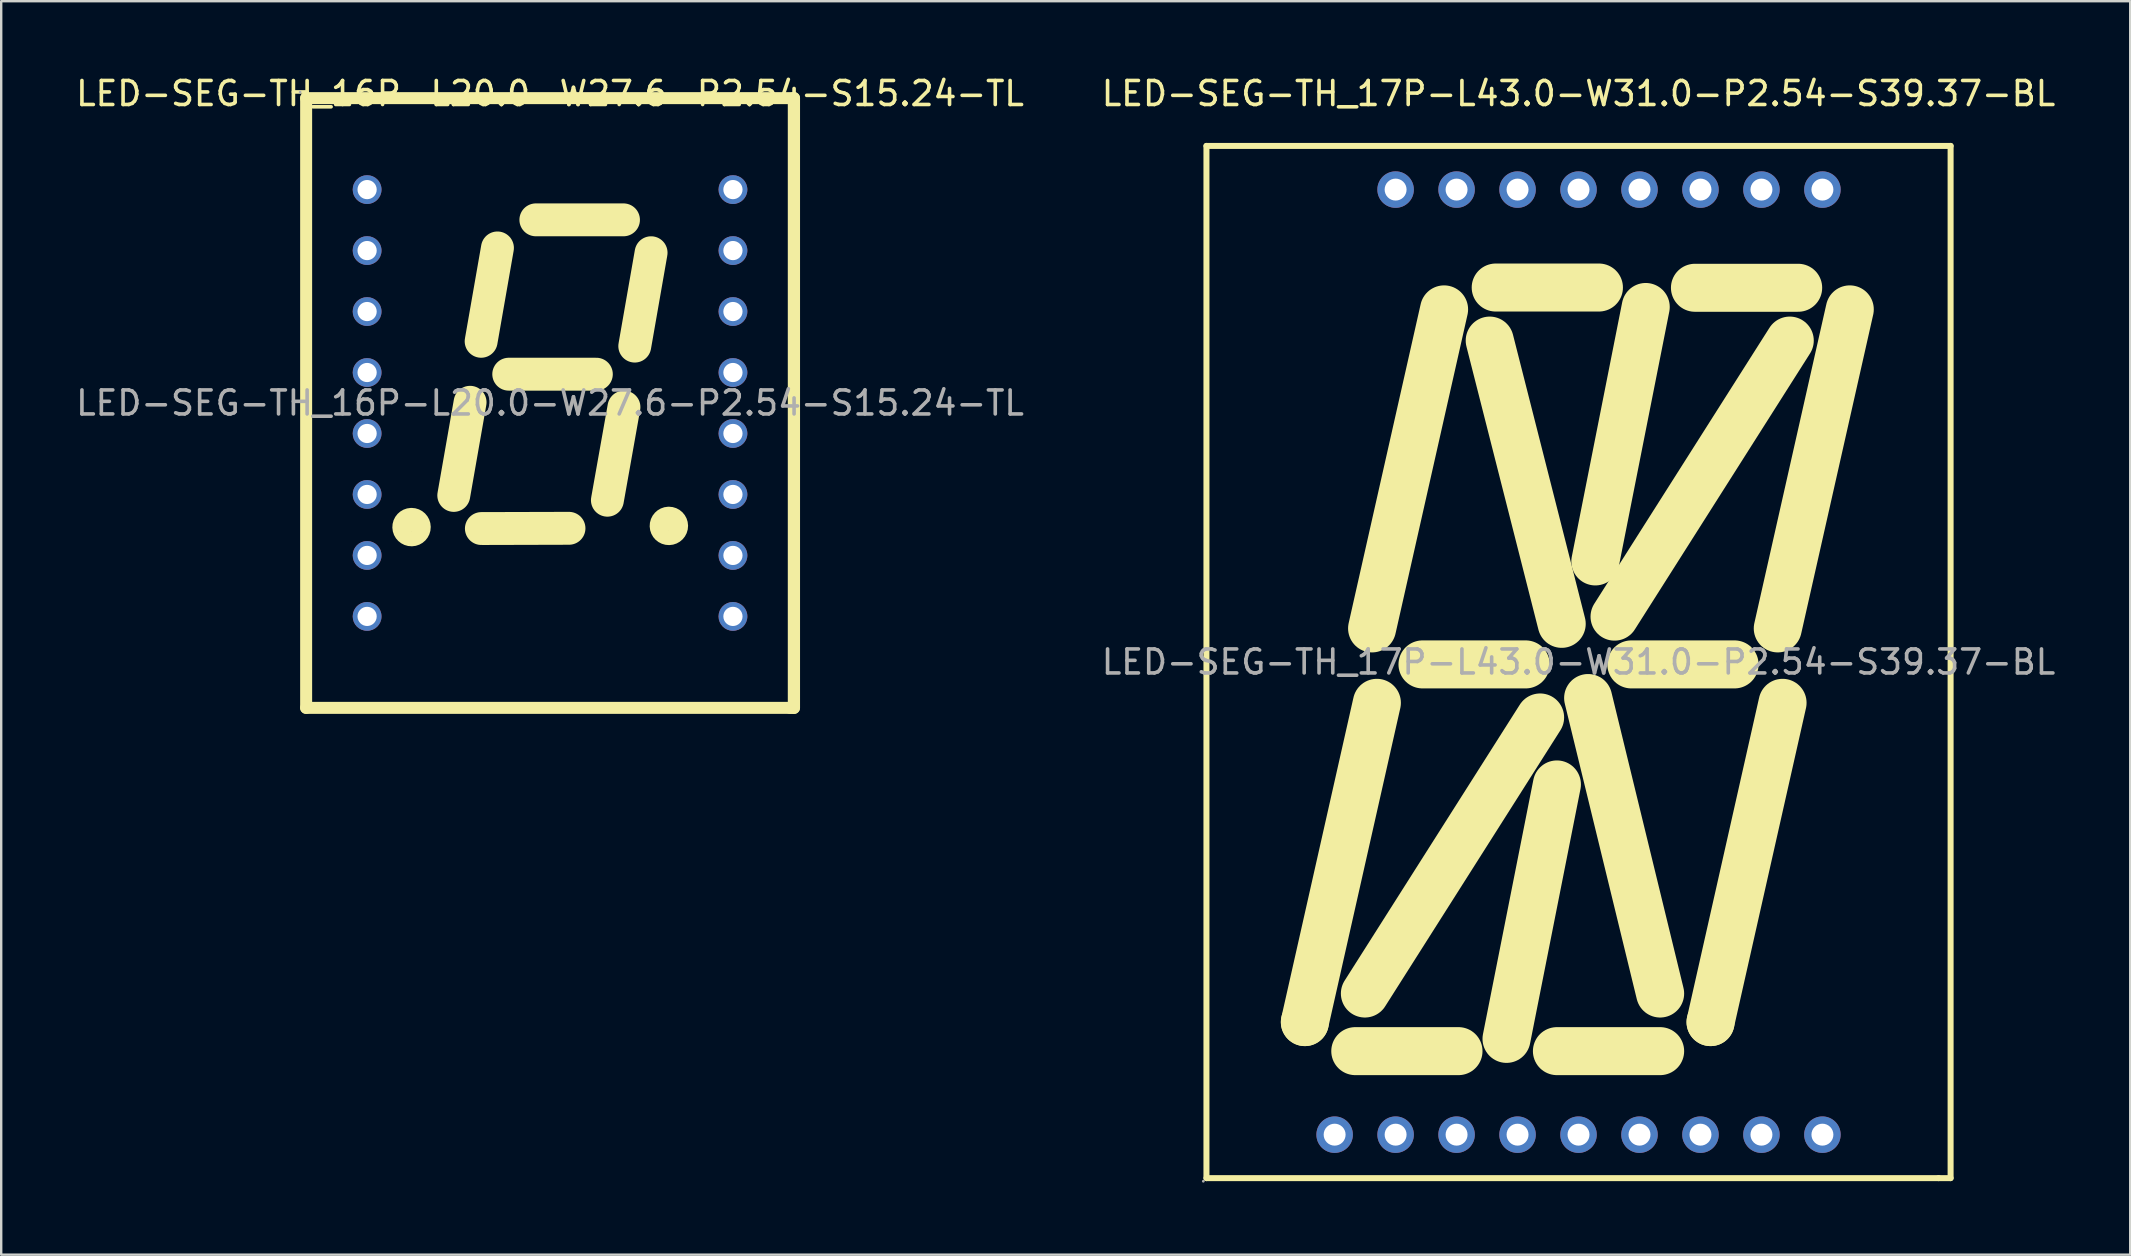
<source format=kicad_pcb>
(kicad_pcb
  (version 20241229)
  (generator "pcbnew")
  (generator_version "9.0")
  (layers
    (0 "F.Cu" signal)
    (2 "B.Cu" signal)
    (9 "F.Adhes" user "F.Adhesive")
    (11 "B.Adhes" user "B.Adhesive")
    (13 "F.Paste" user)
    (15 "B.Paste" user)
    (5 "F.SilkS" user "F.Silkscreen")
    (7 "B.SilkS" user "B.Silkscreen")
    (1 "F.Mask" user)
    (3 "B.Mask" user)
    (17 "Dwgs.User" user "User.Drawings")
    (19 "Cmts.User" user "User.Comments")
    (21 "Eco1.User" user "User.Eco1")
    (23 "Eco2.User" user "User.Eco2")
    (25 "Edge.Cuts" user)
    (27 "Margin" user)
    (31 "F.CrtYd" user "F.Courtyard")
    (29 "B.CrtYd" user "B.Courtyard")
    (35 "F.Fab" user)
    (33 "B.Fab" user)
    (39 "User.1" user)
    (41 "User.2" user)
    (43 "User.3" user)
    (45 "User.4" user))
  (footprint "LED-SEG-TH_17P-L43.0-W31.0-P2.54-S39.37-BL"
    (layer "F.Cu")
    (at 62.708 24.528)
    (property "Reference" "LED-SEG-TH_17P-L43.0-W31.0-P2.54-S39.37-BL" (at 0 -23.68 0) (layer "F.SilkS") (effects (font (size 1 1) (thickness 0.15))))
    (attr through_hole)
    (fp_line (start -15.5 -21.5) (end -15.5 21.5) (stroke (width 0.25) (type solid)) (layer "F.SilkS"))
    (fp_line (start -15.5 -21.5) (end 15.5 -21.5) (stroke (width 0.25) (type solid)) (layer "F.SilkS"))
    (fp_line (start -15.5 21.5) (end 15 21.5) (stroke (width 0.25) (type solid)) (layer "F.SilkS"))
    (fp_line (start -11.4 15) (end -11.4 15) (stroke (width 2) (type solid)) (layer "F.SilkS"))
    (fp_line (start -9.3 16.21) (end -5 16.21) (stroke (width 2) (type solid)) (layer "F.SilkS"))
    (fp_line (start -8.4 1.7) (end -11.4 15) (stroke (width 2) (type solid)) (layer "F.SilkS"))
    (fp_line (start -6.5 0.1) (end -2.2 0.1) (stroke (width 2) (type solid)) (layer "F.SilkS"))
    (fp_line (start -5.6 -14.69) (end -8.6 -1.4) (stroke (width 2) (type solid)) (layer "F.SilkS"))
    (fp_line (start -3.7 -13.39) (end -0.7 -1.59) (stroke (width 2) (type solid)) (layer "F.SilkS"))
    (fp_line (start -3.45 -15.6) (end 0.85 -15.6) (stroke (width 2) (type solid)) (layer "F.SilkS"))
    (fp_line (start -1.6 2.31) (end -8.9 13.81) (stroke (width 2) (type solid)) (layer "F.SilkS"))
    (fp_line (start -0.9 5.1) (end -3 15.7) (stroke (width 2) (type solid)) (layer "F.SilkS"))
    (fp_line (start -0.9 16.21) (end 3.4 16.21) (stroke (width 2) (type solid)) (layer "F.SilkS"))
    (fp_line (start 0.4 1.5) (end 3.4 13.81) (stroke (width 2) (type solid)) (layer "F.SilkS"))
    (fp_line (start 2.2 0.1) (end 6.5 0.1) (stroke (width 2) (type solid)) (layer "F.SilkS"))
    (fp_line (start 2.8 -14.79) (end 0.7 -4.19) (stroke (width 2) (type solid)) (layer "F.SilkS"))
    (fp_line (start 4.85 -15.59) (end 9.15 -15.59) (stroke (width 2) (type solid)) (layer "F.SilkS"))
    (fp_line (start 5.5 15) (end 5.5 15) (stroke (width 2) (type solid)) (layer "F.SilkS"))
    (fp_line (start 8.5 1.7) (end 5.5 15) (stroke (width 2) (type solid)) (layer "F.SilkS"))
    (fp_line (start 8.8 -13.39) (end 1.5 -1.89) (stroke (width 2) (type solid)) (layer "F.SilkS"))
    (fp_line (start 11.3 -14.69) (end 8.3 -1.4) (stroke (width 2) (type solid)) (layer "F.SilkS"))
    (fp_line (start 15 21.5) (end 15.5 21.5) (stroke (width 0.25) (type solid)) (layer "F.SilkS"))
    (fp_line (start 15.5 -21.5) (end 15.5 21.5) (stroke (width 0.25) (type solid)) (layer "F.SilkS"))
    (fp_circle (center -15.63 21.63) (end -15.6 21.63) (stroke (width 0.06) (type solid)) (fill no) (layer "F.Fab"))
    (fp_circle (center -10.16 19.69) (end -9.98 19.69) (stroke (width 0.36) (type solid)) (fill no) (layer "F.Fab"))
    (fp_circle (center -7.62 -19.68) (end -7.44 -19.68) (stroke (width 0.36) (type solid)) (fill no) (layer "F.Fab"))
    (fp_circle (center -7.62 19.69) (end -7.44 19.69) (stroke (width 0.36) (type solid)) (fill no) (layer "F.Fab"))
    (fp_circle (center -5.08 -19.68) (end -4.9 -19.68) (stroke (width 0.36) (type solid)) (fill no) (layer "F.Fab"))
    (fp_circle (center -5.08 19.69) (end -4.9 19.69) (stroke (width 0.36) (type solid)) (fill no) (layer "F.Fab"))
    (fp_circle (center -2.54 -19.68) (end -2.36 -19.68) (stroke (width 0.36) (type solid)) (fill no) (layer "F.Fab"))
    (fp_circle (center -2.54 19.69) (end -2.36 19.69) (stroke (width 0.36) (type solid)) (fill no) (layer "F.Fab"))
    (fp_circle (center 0 -19.68) (end 0.18 -19.68) (stroke (width 0.36) (type solid)) (fill no) (layer "F.Fab"))
    (fp_circle (center 0 19.69) (end 0.18 19.69) (stroke (width 0.36) (type solid)) (fill no) (layer "F.Fab"))
    (fp_circle (center 2.54 -19.68) (end 2.72 -19.68) (stroke (width 0.36) (type solid)) (fill no) (layer "F.Fab"))
    (fp_circle (center 2.54 19.69) (end 2.72 19.69) (stroke (width 0.36) (type solid)) (fill no) (layer "F.Fab"))
    (fp_circle (center 5.08 -19.68) (end 5.26 -19.68) (stroke (width 0.36) (type solid)) (fill no) (layer "F.Fab"))
    (fp_circle (center 5.08 19.69) (end 5.26 19.69) (stroke (width 0.36) (type solid)) (fill no) (layer "F.Fab"))
    (fp_circle (center 7.62 -19.68) (end 7.8 -19.68) (stroke (width 0.36) (type solid)) (fill no) (layer "F.Fab"))
    (fp_circle (center 7.62 19.69) (end 7.8 19.69) (stroke (width 0.36) (type solid)) (fill no) (layer "F.Fab"))
    (fp_circle (center 10.16 -19.68) (end 10.34 -19.68) (stroke (width 0.36) (type solid)) (fill no) (layer "F.Fab"))
    (fp_circle (center 10.16 19.69) (end 10.34 19.69) (stroke (width 0.36) (type solid)) (fill no) (layer "F.Fab"))
    (fp_text user "${REFERENCE}" (at 0 0 0) (layer "F.Fab") (effects (font (size 1 1) (thickness 0.15))))
    (pad "1" thru_hole circle (at -10.16 19.69) (size 1.52 1.52) (drill 0.914) (layers "*.Cu" "*.Paste" "*.Mask"))
    (pad "2" thru_hole circle (at -7.62 19.69) (size 1.52 1.52) (drill 0.914) (layers "*.Cu" "*.Paste" "*.Mask"))
    (pad "3" thru_hole circle (at -5.08 19.69) (size 1.52 1.52) (drill 0.914) (layers "*.Cu" "*.Paste" "*.Mask"))
    (pad "4" thru_hole circle (at -2.54 19.69) (size 1.52 1.52) (drill 0.914) (layers "*.Cu" "*.Paste" "*.Mask"))
    (pad "5" thru_hole circle (at 0 19.69) (size 1.52 1.52) (drill 0.914) (layers "*.Cu" "*.Paste" "*.Mask"))
    (pad "6" thru_hole circle (at 2.54 19.69) (size 1.52 1.52) (drill 0.914) (layers "*.Cu" "*.Paste" "*.Mask"))
    (pad "7" thru_hole circle (at 5.08 19.69) (size 1.52 1.52) (drill 0.914) (layers "*.Cu" "*.Paste" "*.Mask"))
    (pad "8" thru_hole circle (at 7.62 19.69) (size 1.52 1.52) (drill 0.914) (layers "*.Cu" "*.Paste" "*.Mask"))
    (pad "9" thru_hole circle (at 10.16 19.69) (size 1.52 1.52) (drill 0.914) (layers "*.Cu" "*.Paste" "*.Mask"))
    (pad "10" thru_hole circle (at 10.16 -19.68) (size 1.52 1.52) (drill 0.914) (layers "*.Cu" "*.Paste" "*.Mask"))
    (pad "11" thru_hole circle (at 7.62 -19.68) (size 1.52 1.52) (drill 0.914) (layers "*.Cu" "*.Paste" "*.Mask"))
    (pad "12" thru_hole circle (at 5.08 -19.68) (size 1.52 1.52) (drill 0.914) (layers "*.Cu" "*.Paste" "*.Mask"))
    (pad "13" thru_hole circle (at 2.54 -19.68) (size 1.52 1.52) (drill 0.914) (layers "*.Cu" "*.Paste" "*.Mask"))
    (pad "14" thru_hole circle (at 0 -19.68) (size 1.52 1.52) (drill 0.914) (layers "*.Cu" "*.Paste" "*.Mask"))
    (pad "15" thru_hole circle (at -2.54 -19.68) (size 1.52 1.52) (drill 0.914) (layers "*.Cu" "*.Paste" "*.Mask"))
    (pad "16" thru_hole circle (at -5.08 -19.68) (size 1.52 1.52) (drill 0.914) (layers "*.Cu" "*.Paste" "*.Mask"))
    (pad "17" thru_hole circle (at -7.62 -19.68) (size 1.52 1.52) (drill 0.914) (layers "*.Cu" "*.Paste" "*.Mask")))
  (footprint "LED-SEG-TH_16P-L20.0-W27.6-P2.54-S15.24-TL"
    (layer "F.Cu")
    (at 19.863 13.738)
    (property "Reference" "LED-SEG-TH_16P-L20.0-W27.6-P2.54-S15.24-TL" (at 0 -12.89 0) (layer "F.SilkS") (effects (font (size 1 1) (thickness 0.15))))
    (attr through_hole)
    (fp_line (start -10.16 -12.7) (end -10.16 12.7) (stroke (width 0.5) (type solid)) (layer "F.SilkS"))
    (fp_line (start -10.16 12.7) (end 10 12.7) (stroke (width 0.5) (type solid)) (layer "F.SilkS"))
    (fp_line (start -4.01 3.85) (end -3.33 -0.03) (stroke (width 1.37) (type solid)) (layer "F.SilkS"))
    (fp_line (start -2.87 -2.57) (end -2.19 -6.46) (stroke (width 1.37) (type solid)) (layer "F.SilkS"))
    (fp_line (start -2.86 5.23) (end 0.79 5.22) (stroke (width 1.37) (type solid)) (layer "F.SilkS"))
    (fp_line (start 1.93 -1.2) (end -1.72 -1.2) (stroke (width 1.37) (type solid)) (layer "F.SilkS"))
    (fp_line (start 2.39 4.05) (end 3.08 0.17) (stroke (width 1.37) (type solid)) (layer "F.SilkS"))
    (fp_line (start 3.06 -7.63) (end -0.59 -7.63) (stroke (width 1.37) (type solid)) (layer "F.SilkS"))
    (fp_line (start 3.53 -2.37) (end 4.21 -6.26) (stroke (width 1.37) (type solid)) (layer "F.SilkS"))
    (fp_line (start 10 12.7) (end 10.16 12.7) (stroke (width 0.5) (type solid)) (layer "F.SilkS"))
    (fp_line (start 10.16 -12.7) (end -10.16 -12.7) (stroke (width 0.5) (type solid)) (layer "F.SilkS"))
    (fp_line (start 10.16 12.7) (end 10.16 -12.7) (stroke (width 0.51) (type solid)) (layer "F.SilkS"))
    (fp_arc (start -5.77 4.87) (mid -5.765 5.469958) (end -5.779999 4.870167) (stroke (width 1) (type solid)) (layer "F.SilkS"))
    (fp_arc (start 4.95 4.82) (mid 4.955 5.419958) (end 4.940001 4.820167) (stroke (width 1) (type solid)) (layer "F.SilkS"))
    (fp_circle (center -10.41 -12.95) (end -10.38 -12.95) (stroke (width 0.06) (type solid)) (fill no) (layer "F.Fab"))
    (fp_circle (center -7.62 -8.89) (end -7.47 -8.89) (stroke (width 0.3) (type solid)) (fill no) (layer "F.Fab"))
    (fp_circle (center -7.62 -6.35) (end -7.47 -6.35) (stroke (width 0.3) (type solid)) (fill no) (layer "F.Fab"))
    (fp_circle (center -7.62 -3.81) (end -7.47 -3.81) (stroke (width 0.3) (type solid)) (fill no) (layer "F.Fab"))
    (fp_circle (center -7.62 -1.27) (end -7.47 -1.27) (stroke (width 0.3) (type solid)) (fill no) (layer "F.Fab"))
    (fp_circle (center -7.62 1.27) (end -7.47 1.27) (stroke (width 0.3) (type solid)) (fill no) (layer "F.Fab"))
    (fp_circle (center -7.62 3.81) (end -7.47 3.81) (stroke (width 0.3) (type solid)) (fill no) (layer "F.Fab"))
    (fp_circle (center -7.62 6.35) (end -7.47 6.35) (stroke (width 0.3) (type solid)) (fill no) (layer "F.Fab"))
    (fp_circle (center -7.62 8.89) (end -7.47 8.89) (stroke (width 0.3) (type solid)) (fill no) (layer "F.Fab"))
    (fp_circle (center 7.62 -8.89) (end 7.77 -8.89) (stroke (width 0.3) (type solid)) (fill no) (layer "F.Fab"))
    (fp_circle (center 7.62 -6.35) (end 7.77 -6.35) (stroke (width 0.3) (type solid)) (fill no) (layer "F.Fab"))
    (fp_circle (center 7.62 -3.81) (end 7.77 -3.81) (stroke (width 0.3) (type solid)) (fill no) (layer "F.Fab"))
    (fp_circle (center 7.62 -1.27) (end 7.77 -1.27) (stroke (width 0.3) (type solid)) (fill no) (layer "F.Fab"))
    (fp_circle (center 7.62 1.27) (end 7.77 1.27) (stroke (width 0.3) (type solid)) (fill no) (layer "F.Fab"))
    (fp_circle (center 7.62 3.81) (end 7.77 3.81) (stroke (width 0.3) (type solid)) (fill no) (layer "F.Fab"))
    (fp_circle (center 7.62 6.35) (end 7.77 6.35) (stroke (width 0.3) (type solid)) (fill no) (layer "F.Fab"))
    (fp_circle (center 7.62 8.89) (end 7.77 8.89) (stroke (width 0.3) (type solid)) (fill no) (layer "F.Fab"))
    (fp_text user "${REFERENCE}" (at 0 0 0) (layer "F.Fab") (effects (font (size 1 1) (thickness 0.15))))
    (pad "1" thru_hole circle (at -7.62 -8.89 180) (size 1.2 1.2) (drill 0.8) (layers "*.Cu" "*.Paste" "*.Mask"))
    (pad "2" thru_hole circle (at -7.62 -6.35 180) (size 1.2 1.2) (drill 0.8) (layers "*.Cu" "*.Paste" "*.Mask"))
    (pad "3" thru_hole circle (at -7.62 -3.81 180) (size 1.2 1.2) (drill 0.8) (layers "*.Cu" "*.Paste" "*.Mask"))
    (pad "4" thru_hole circle (at -7.62 -1.27 180) (size 1.2 1.2) (drill 0.8) (layers "*.Cu" "*.Paste" "*.Mask"))
    (pad "5" thru_hole circle (at -7.62 1.27 180) (size 1.2 1.2) (drill 0.8) (layers "*.Cu" "*.Paste" "*.Mask"))
    (pad "6" thru_hole circle (at -7.62 3.81 180) (size 1.2 1.2) (drill 0.8) (layers "*.Cu" "*.Paste" "*.Mask"))
    (pad "7" thru_hole circle (at -7.62 6.35 180) (size 1.2 1.2) (drill 0.8) (layers "*.Cu" "*.Paste" "*.Mask"))
    (pad "8" thru_hole circle (at -7.62 8.89 180) (size 1.2 1.2) (drill 0.8) (layers "*.Cu" "*.Paste" "*.Mask"))
    (pad "9" thru_hole circle (at 7.62 8.89 180) (size 1.2 1.2) (drill 0.8) (layers "*.Cu" "*.Paste" "*.Mask"))
    (pad "10" thru_hole circle (at 7.62 6.35 180) (size 1.2 1.2) (drill 0.8) (layers "*.Cu" "*.Paste" "*.Mask"))
    (pad "11" thru_hole circle (at 7.62 3.81 180) (size 1.2 1.2) (drill 0.8) (layers "*.Cu" "*.Paste" "*.Mask"))
    (pad "12" thru_hole circle (at 7.62 1.27 180) (size 1.2 1.2) (drill 0.8) (layers "*.Cu" "*.Paste" "*.Mask"))
    (pad "13" thru_hole circle (at 7.62 -1.27 180) (size 1.2 1.2) (drill 0.8) (layers "*.Cu" "*.Paste" "*.Mask"))
    (pad "14" thru_hole circle (at 7.62 -3.81 180) (size 1.2 1.2) (drill 0.8) (layers "*.Cu" "*.Paste" "*.Mask"))
    (pad "15" thru_hole circle (at 7.62 -6.35 180) (size 1.2 1.2) (drill 0.8) (layers "*.Cu" "*.Paste" "*.Mask"))
    (pad "16" thru_hole circle (at 7.62 -8.89 180) (size 1.2 1.2) (drill 0.8) (layers "*.Cu" "*.Paste" "*.Mask")))
  (gr_rect
    (start -3 -3)
    (end 85.69 49.218)
    (stroke (width 0.1) (type default))
    (fill no)
    (layer "Edge.Cuts")))
</source>
